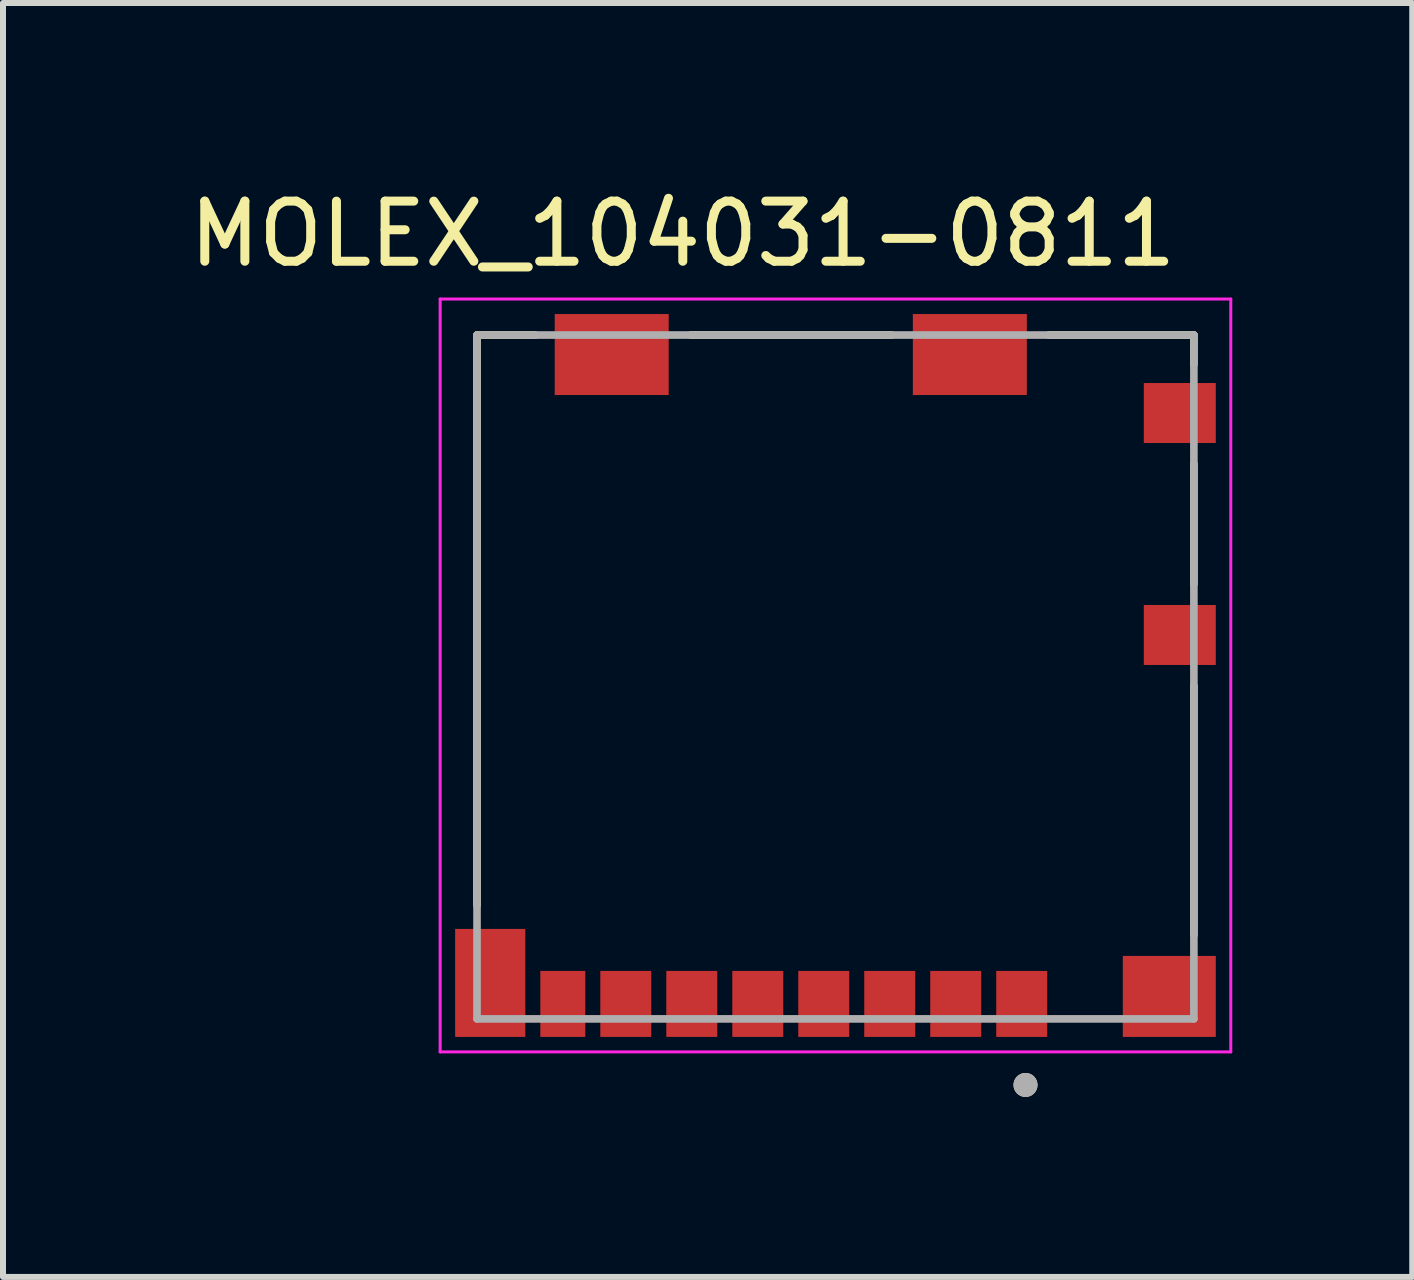
<source format=kicad_pcb>
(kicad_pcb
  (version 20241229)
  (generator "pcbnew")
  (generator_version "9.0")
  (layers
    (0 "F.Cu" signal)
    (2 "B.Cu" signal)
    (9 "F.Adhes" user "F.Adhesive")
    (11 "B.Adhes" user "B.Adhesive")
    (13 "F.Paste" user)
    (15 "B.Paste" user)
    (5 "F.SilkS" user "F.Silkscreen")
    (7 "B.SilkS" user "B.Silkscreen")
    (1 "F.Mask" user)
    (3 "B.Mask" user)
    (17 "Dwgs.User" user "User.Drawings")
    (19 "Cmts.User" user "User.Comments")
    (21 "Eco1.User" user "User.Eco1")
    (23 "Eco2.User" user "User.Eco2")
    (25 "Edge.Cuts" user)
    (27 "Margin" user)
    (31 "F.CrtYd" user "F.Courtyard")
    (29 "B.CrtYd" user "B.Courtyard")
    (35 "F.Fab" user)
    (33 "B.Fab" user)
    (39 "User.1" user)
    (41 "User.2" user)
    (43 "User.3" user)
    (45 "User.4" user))
  (footprint "MOLEX_104031-0811"
    (layer "F.Cu")
    (at 10.877 8.235)
    (property "Reference" "MOLEX_104031-0811" (at -2.545 -7.386 0) (layer "F.SilkS") (effects (font (size 1.002 1.002) (thickness 0.15))))
    (attr smd)
    (fp_line (start -5.975 -5.7) (end -5.975 3.806) (stroke (width 0.127) (type solid)) (layer "F.SilkS"))
    (fp_line (start -5.003 -5.7) (end -5.975 -5.7) (stroke (width 0.127) (type solid)) (layer "F.SilkS"))
    (fp_line (start 0.939 -5.7) (end -2.413 -5.7) (stroke (width 0.127) (type solid)) (layer "F.SilkS"))
    (fp_line (start 3.556 -5.7) (end 5.975 -5.7) (stroke (width 0.127) (type solid)) (layer "F.SilkS"))
    (fp_line (start 5.975 -5.7) (end 5.975 -5.211) (stroke (width 0.127) (type solid)) (layer "F.SilkS"))
    (fp_line (start 5.975 -3.55) (end 5.975 -1.55) (stroke (width 0.127) (type solid)) (layer "F.SilkS"))
    (fp_line (start 5.975 0.15) (end 5.975 4.3) (stroke (width 0.127) (type solid)) (layer "F.SilkS"))
    (fp_circle (center 3.168 6.801) (end 3.268 6.801) (stroke (width 0.2) (type solid)) (fill no) (layer "F.SilkS"))
    (fp_line (start -6.59 -6.3) (end -6.59 6.25) (stroke (width 0.05) (type solid)) (layer "F.CrtYd"))
    (fp_line (start -6.59 6.25) (end 6.59 6.25) (stroke (width 0.05) (type solid)) (layer "F.CrtYd"))
    (fp_line (start 6.59 -6.3) (end -6.59 -6.3) (stroke (width 0.05) (type solid)) (layer "F.CrtYd"))
    (fp_line (start 6.59 6.25) (end 6.59 -6.3) (stroke (width 0.05) (type solid)) (layer "F.CrtYd"))
    (fp_line (start -5.975 -5.7) (end 5.975 -5.7) (stroke (width 0.127) (type solid)) (layer "F.Fab"))
    (fp_line (start -5.975 5.7) (end -5.975 -5.7) (stroke (width 0.127) (type solid)) (layer "F.Fab"))
    (fp_line (start 5.975 -5.7) (end 5.975 5.7) (stroke (width 0.127) (type solid)) (layer "F.Fab"))
    (fp_line (start 5.975 5.7) (end -5.975 5.7) (stroke (width 0.127) (type solid)) (layer "F.Fab"))
    (fp_circle (center 3.168 6.801) (end 3.268 6.801) (stroke (width 0.2) (type solid)) (fill no) (layer "F.Fab"))
    (pad "1" smd rect (at 3.105 5.45) (size 0.85 1.1) (layers "F.Cu" "F.Mask" "F.Paste"))
    (pad "2" smd rect (at 2.005 5.45) (size 0.85 1.1) (layers "F.Cu" "F.Mask" "F.Paste"))
    (pad "3" smd rect (at 0.905 5.45) (size 0.85 1.1) (layers "F.Cu" "F.Mask" "F.Paste"))
    (pad "4" smd rect (at -0.195 5.45) (size 0.85 1.1) (layers "F.Cu" "F.Mask" "F.Paste"))
    (pad "5" smd rect (at -1.295 5.45) (size 0.85 1.1) (layers "F.Cu" "F.Mask" "F.Paste"))
    (pad "6" smd rect (at -2.395 5.45) (size 0.85 1.1) (layers "F.Cu" "F.Mask" "F.Paste"))
    (pad "7" smd rect (at -3.495 5.45) (size 0.85 1.1) (layers "F.Cu" "F.Mask" "F.Paste"))
    (pad "8" smd rect (at -4.545 5.45) (size 0.75 1.1) (layers "F.Cu" "F.Mask" "F.Paste"))
    (pad "9" smd rect (at 5.74 -0.7) (size 1.2 1) (layers "F.Cu" "F.Mask" "F.Paste"))
    (pad "10" smd rect (at 5.74 -4.4) (size 1.2 1) (layers "F.Cu" "F.Mask" "F.Paste"))
    (pad "G1" smd rect (at 5.565 5.325) (size 1.55 1.35) (layers "F.Cu" "F.Mask" "F.Paste"))
    (pad "G2" smd rect (at -5.755 5.1) (size 1.17 1.8) (layers "F.Cu" "F.Mask" "F.Paste"))
    (pad "G3" smd rect (at -3.73 -5.375) (size 1.9 1.35) (layers "F.Cu" "F.Mask" "F.Paste"))
    (pad "G4" smd rect (at 2.24 -5.375) (size 1.9 1.35) (layers "F.Cu" "F.Mask" "F.Paste")))
  (gr_rect
    (start -3 -3)
    (end 20.492 18.236)
    (stroke (width 0.1) (type default))
    (fill no)
    (layer "Edge.Cuts")))
</source>
